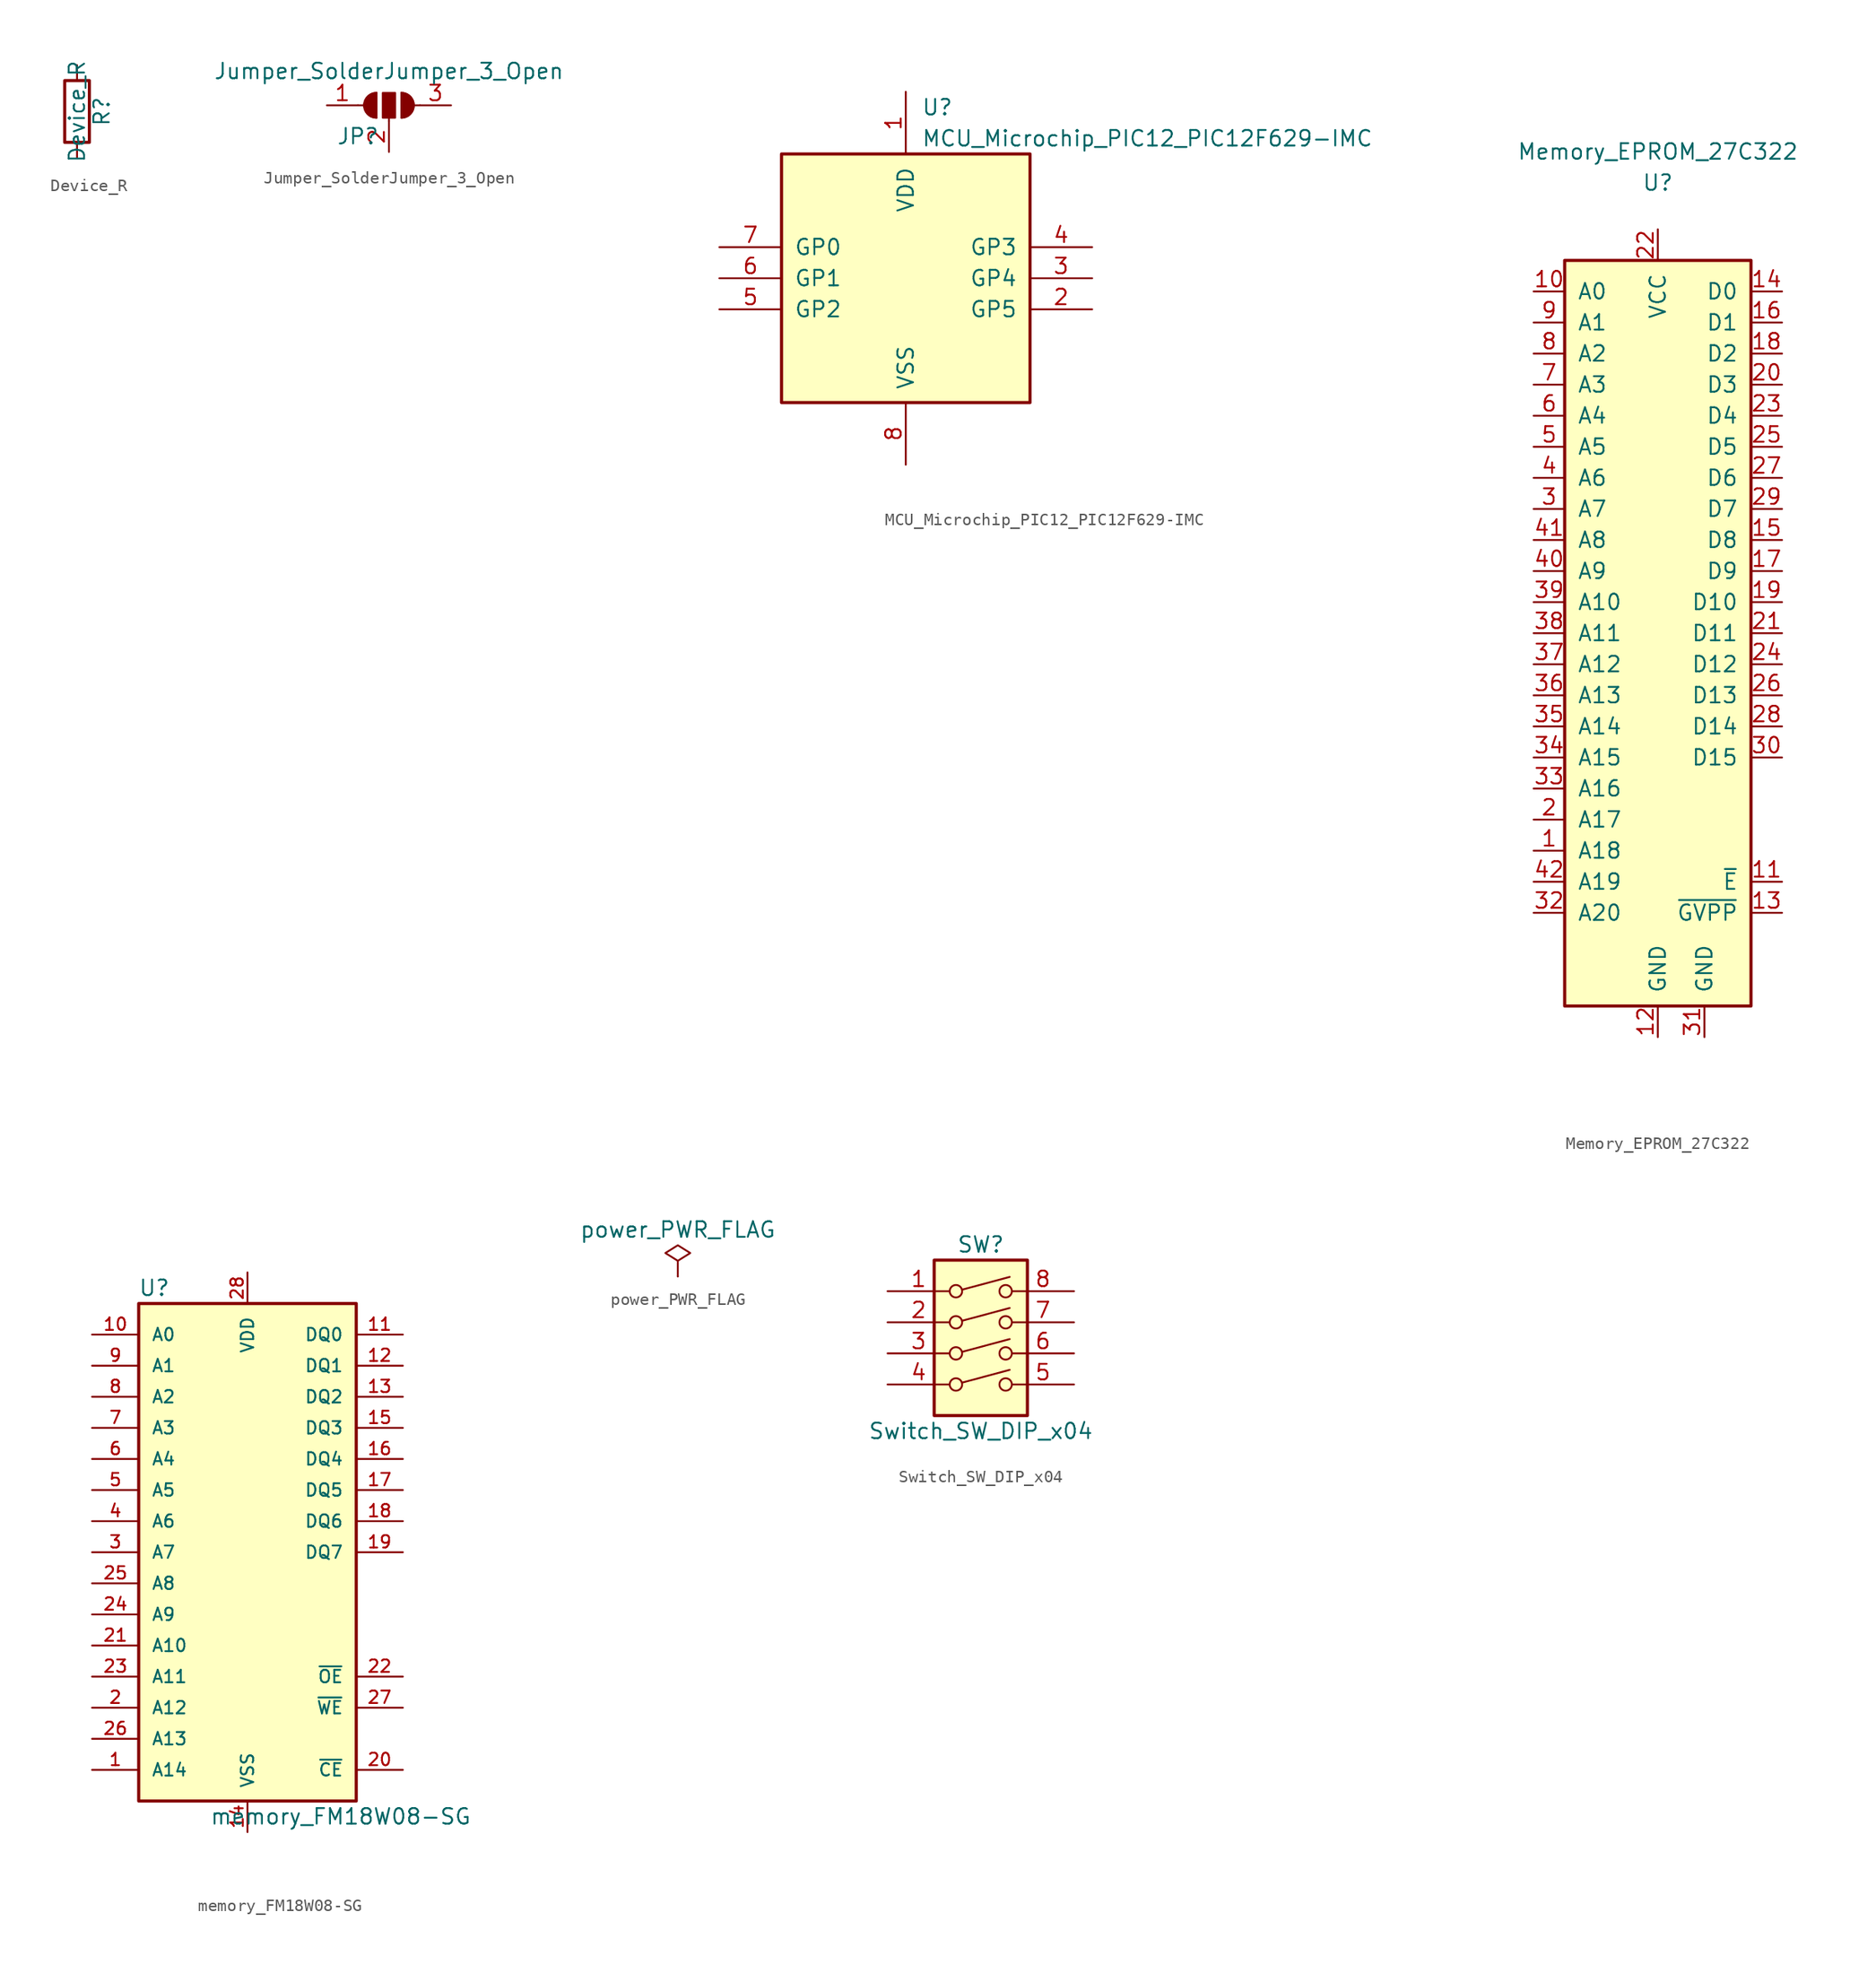
<source format=kicad_sym>
(kicad_symbol_lib
  (version 20241209)
  (generator "kicad_symbol_editor")
  (generator_version "9.0")
  (symbol "Device_R"
    (pin_numbers
      (hide yes))
    (pin_names
      (offset 0))
    (property "Reference" "R"
      (at 2.032 0 90)
      (effects (font (size 1.27 1.27))))
    (property "Value" "Device_R"
      (at 0 0 90)
      (effects (font (size 1.27 1.27))))
    (symbol "Device_R_0_1"
      (rectangle (start -1.016 -2.54) (end 1.016 2.54) (stroke (width 0.254) (type solid)) (fill (type none))))
    (symbol "Device_R_1_1"
      (pin passive line (at 0 3.81 270) (length 1.27) (name "~" (effects (font (size 1.27 1.27)))) (number "1" (effects (font (size 1.27 1.27)))))
      (pin passive line (at 0 -3.81 90) (length 1.27) (name "~" (effects (font (size 1.27 1.27)))) (number "2" (effects (font (size 1.27 1.27)))))))
  (symbol "Jumper_SolderJumper_3_Open"
    (pin_names
      (offset 0)
      (hide yes))
    (property "Reference" "JP"
      (at -2.54 -2.54 0)
      (effects (font (size 1.27 1.27))))
    (property "Value" "Jumper_SolderJumper_3_Open"
      (at 0 2.794 0)
      (effects (font (size 1.27 1.27))))
    (symbol "Jumper_SolderJumper_3_Open_0_1"
      (polyline (pts (xy -2.54 0) (xy -2.032 0)) (stroke (width 0) (type solid)) (fill (type none)))
      (polyline (pts (xy -1.016 1.016) (xy -1.016 -1.016)) (stroke (width 0) (type solid)) (fill (type none)))
      (arc (start -1.016 -1.016) (mid -2.032 0) (end -1.016 1.016) (stroke (width 0) (type solid)) (fill (type none)))
      (arc (start -1.016 -1.016) (mid -2.032 0) (end -1.016 1.016) (stroke (width 0) (type solid)) (fill (type outline)))
      (rectangle (start -0.508 1.016) (end 0.508 -1.016) (stroke (width 0) (type solid)) (fill (type outline)))
      (polyline (pts (xy 0 -1.27) (xy 0 -1.016)) (stroke (width 0) (type solid)) (fill (type none)))
      (polyline (pts (xy 1.016 1.016) (xy 1.016 -1.016)) (stroke (width 0) (type solid)) (fill (type none)))
      (arc (start 1.016 1.016) (mid 2.032 0) (end 1.016 -1.016) (stroke (width 0) (type solid)) (fill (type none)))
      (arc (start 1.016 1.016) (mid 2.032 0) (end 1.016 -1.016) (stroke (width 0) (type solid)) (fill (type outline)))
      (polyline (pts (xy 2.54 0) (xy 2.032 0)) (stroke (width 0) (type solid)) (fill (type none))))
    (symbol "Jumper_SolderJumper_3_Open_1_1"
      (pin passive line (at -5.08 0 0) (length 2.54) (name "A" (effects (font (size 1.27 1.27)))) (number "1" (effects (font (size 1.27 1.27)))))
      (pin input line (at 0 -3.81 90) (length 2.54) (name "C" (effects (font (size 1.27 1.27)))) (number "2" (effects (font (size 1.27 1.27)))))
      (pin passive line (at 5.08 0 180) (length 2.54) (name "B" (effects (font (size 1.27 1.27)))) (number "3" (effects (font (size 1.27 1.27)))))))
  (symbol "MCU_Microchip_PIC12_PIC12F629-IMC"
    (pin_names
      (offset 1.016))
    (property "Reference" "U"
      (at 1.27 13.97 0)
      (effects (font (size 1.27 1.27)) (justify left)))
    (property "Value" "MCU_Microchip_PIC12_PIC12F629-IMC"
      (at 1.27 11.43 0)
      (effects (font (size 1.27 1.27)) (justify left)))
    (symbol "MCU_Microchip_PIC12_PIC12F629-IMC_0_1"
      (rectangle (start 10.16 -10.16) (end -10.16 10.16) (stroke (width 0.254) (type solid)) (fill (type background))))
    (symbol "MCU_Microchip_PIC12_PIC12F629-IMC_1_1"
      (pin bidirectional line (at -15.24 2.54 0) (length 5.08) (name "GP0" (effects (font (size 1.27 1.27)))) (number "7" (effects (font (size 1.27 1.27)))))
      (pin bidirectional line (at -15.24 0 0) (length 5.08) (name "GP1" (effects (font (size 1.27 1.27)))) (number "6" (effects (font (size 1.27 1.27)))))
      (pin bidirectional line (at -15.24 -2.54 0) (length 5.08) (name "GP2" (effects (font (size 1.27 1.27)))) (number "5" (effects (font (size 1.27 1.27)))))
      (pin power_in line (at 0 15.24 270) (length 5.08) (name "VDD" (effects (font (size 1.27 1.27)))) (number "1" (effects (font (size 1.27 1.27)))))
      (pin power_in line (at 0 -15.24 90) (length 5.08) (name "VSS" (effects (font (size 1.27 1.27)))) (number "8" (effects (font (size 1.27 1.27)))))
      (pin input line (at 15.24 2.54 180) (length 5.08) (name "GP3" (effects (font (size 1.27 1.27)))) (number "4" (effects (font (size 1.27 1.27)))))
      (pin bidirectional line (at 15.24 0 180) (length 5.08) (name "GP4" (effects (font (size 1.27 1.27)))) (number "3" (effects (font (size 1.27 1.27)))))
      (pin bidirectional line (at 15.24 -2.54 180) (length 5.08) (name "GP5" (effects (font (size 1.27 1.27)))) (number "2" (effects (font (size 1.27 1.27)))))))
  (symbol "Memory_EPROM_27C322"
    (pin_names
      (offset 1.016))
    (property "Reference" "U"
      (at 0 35.56 0)
      (effects (font (size 1.27 1.27))))
    (property "Value" "Memory_EPROM_27C322"
      (at 0 38.1 0)
      (effects (font (size 1.27 1.27))))
    (symbol "Memory_EPROM_27C322_1_1"
      (rectangle (start -7.62 29.21) (end 7.62 -31.75) (stroke (width 0.254) (type solid)) (fill (type background)))
      (pin input line (at -10.16 26.67 0) (length 2.54) (name "A0" (effects (font (size 1.27 1.27)))) (number "10" (effects (font (size 1.27 1.27)))))
      (pin input line (at -10.16 24.13 0) (length 2.54) (name "A1" (effects (font (size 1.27 1.27)))) (number "9" (effects (font (size 1.27 1.27)))))
      (pin input line (at -10.16 21.59 0) (length 2.54) (name "A2" (effects (font (size 1.27 1.27)))) (number "8" (effects (font (size 1.27 1.27)))))
      (pin input line (at -10.16 19.05 0) (length 2.54) (name "A3" (effects (font (size 1.27 1.27)))) (number "7" (effects (font (size 1.27 1.27)))))
      (pin input line (at -10.16 16.51 0) (length 2.54) (name "A4" (effects (font (size 1.27 1.27)))) (number "6" (effects (font (size 1.27 1.27)))))
      (pin input line (at -10.16 13.97 0) (length 2.54) (name "A5" (effects (font (size 1.27 1.27)))) (number "5" (effects (font (size 1.27 1.27)))))
      (pin input line (at -10.16 11.43 0) (length 2.54) (name "A6" (effects (font (size 1.27 1.27)))) (number "4" (effects (font (size 1.27 1.27)))))
      (pin input line (at -10.16 8.89 0) (length 2.54) (name "A7" (effects (font (size 1.27 1.27)))) (number "3" (effects (font (size 1.27 1.27)))))
      (pin input line (at -10.16 6.35 0) (length 2.54) (name "A8" (effects (font (size 1.27 1.27)))) (number "41" (effects (font (size 1.27 1.27)))))
      (pin input line (at -10.16 3.81 0) (length 2.54) (name "A9" (effects (font (size 1.27 1.27)))) (number "40" (effects (font (size 1.27 1.27)))))
      (pin input line (at -10.16 1.27 0) (length 2.54) (name "A10" (effects (font (size 1.27 1.27)))) (number "39" (effects (font (size 1.27 1.27)))))
      (pin input line (at -10.16 -1.27 0) (length 2.54) (name "A11" (effects (font (size 1.27 1.27)))) (number "38" (effects (font (size 1.27 1.27)))))
      (pin input line (at -10.16 -3.81 0) (length 2.54) (name "A12" (effects (font (size 1.27 1.27)))) (number "37" (effects (font (size 1.27 1.27)))))
      (pin input line (at -10.16 -6.35 0) (length 2.54) (name "A13" (effects (font (size 1.27 1.27)))) (number "36" (effects (font (size 1.27 1.27)))))
      (pin input line (at -10.16 -8.89 0) (length 2.54) (name "A14" (effects (font (size 1.27 1.27)))) (number "35" (effects (font (size 1.27 1.27)))))
      (pin input line (at -10.16 -11.43 0) (length 2.54) (name "A15" (effects (font (size 1.27 1.27)))) (number "34" (effects (font (size 1.27 1.27)))))
      (pin input line (at -10.16 -13.97 0) (length 2.54) (name "A16" (effects (font (size 1.27 1.27)))) (number "33" (effects (font (size 1.27 1.27)))))
      (pin input line (at -10.16 -16.51 0) (length 2.54) (name "A17" (effects (font (size 1.27 1.27)))) (number "2" (effects (font (size 1.27 1.27)))))
      (pin input line (at -10.16 -19.05 0) (length 2.54) (name "A18" (effects (font (size 1.27 1.27)))) (number "1" (effects (font (size 1.27 1.27)))))
      (pin input line (at -10.16 -21.59 0) (length 2.54) (name "A19" (effects (font (size 1.27 1.27)))) (number "42" (effects (font (size 1.27 1.27)))))
      (pin input line (at -10.16 -24.13 0) (length 2.54) (name "A20" (effects (font (size 1.27 1.27)))) (number "32" (effects (font (size 1.27 1.27)))))
      (pin power_in line (at 0 31.75 270) (length 2.54) (name "VCC" (effects (font (size 1.27 1.27)))) (number "22" (effects (font (size 1.27 1.27)))))
      (pin power_in line (at 0 -34.29 90) (length 2.54) (name "GND" (effects (font (size 1.27 1.27)))) (number "12" (effects (font (size 1.27 1.27)))))
      (pin power_in line (at 3.81 -34.29 90) (length 2.54) (name "GND" (effects (font (size 1.27 1.27)))) (number "31" (effects (font (size 1.27 1.27)))))
      (pin tri_state line (at 10.16 26.67 180) (length 2.54) (name "D0" (effects (font (size 1.27 1.27)))) (number "14" (effects (font (size 1.27 1.27)))))
      (pin tri_state line (at 10.16 24.13 180) (length 2.54) (name "D1" (effects (font (size 1.27 1.27)))) (number "16" (effects (font (size 1.27 1.27)))))
      (pin tri_state line (at 10.16 21.59 180) (length 2.54) (name "D2" (effects (font (size 1.27 1.27)))) (number "18" (effects (font (size 1.27 1.27)))))
      (pin tri_state line (at 10.16 19.05 180) (length 2.54) (name "D3" (effects (font (size 1.27 1.27)))) (number "20" (effects (font (size 1.27 1.27)))))
      (pin tri_state line (at 10.16 16.51 180) (length 2.54) (name "D4" (effects (font (size 1.27 1.27)))) (number "23" (effects (font (size 1.27 1.27)))))
      (pin tri_state line (at 10.16 13.97 180) (length 2.54) (name "D5" (effects (font (size 1.27 1.27)))) (number "25" (effects (font (size 1.27 1.27)))))
      (pin tri_state line (at 10.16 11.43 180) (length 2.54) (name "D6" (effects (font (size 1.27 1.27)))) (number "27" (effects (font (size 1.27 1.27)))))
      (pin tri_state line (at 10.16 8.89 180) (length 2.54) (name "D7" (effects (font (size 1.27 1.27)))) (number "29" (effects (font (size 1.27 1.27)))))
      (pin tri_state line (at 10.16 6.35 180) (length 2.54) (name "D8" (effects (font (size 1.27 1.27)))) (number "15" (effects (font (size 1.27 1.27)))))
      (pin tri_state line (at 10.16 3.81 180) (length 2.54) (name "D9" (effects (font (size 1.27 1.27)))) (number "17" (effects (font (size 1.27 1.27)))))
      (pin tri_state line (at 10.16 1.27 180) (length 2.54) (name "D10" (effects (font (size 1.27 1.27)))) (number "19" (effects (font (size 1.27 1.27)))))
      (pin tri_state line (at 10.16 -1.27 180) (length 2.54) (name "D11" (effects (font (size 1.27 1.27)))) (number "21" (effects (font (size 1.27 1.27)))))
      (pin tri_state line (at 10.16 -3.81 180) (length 2.54) (name "D12" (effects (font (size 1.27 1.27)))) (number "24" (effects (font (size 1.27 1.27)))))
      (pin tri_state line (at 10.16 -6.35 180) (length 2.54) (name "D13" (effects (font (size 1.27 1.27)))) (number "26" (effects (font (size 1.27 1.27)))))
      (pin tri_state line (at 10.16 -8.89 180) (length 2.54) (name "D14" (effects (font (size 1.27 1.27)))) (number "28" (effects (font (size 1.27 1.27)))))
      (pin tri_state line (at 10.16 -11.43 180) (length 2.54) (name "D15" (effects (font (size 1.27 1.27)))) (number "30" (effects (font (size 1.27 1.27)))))
      (pin input line (at 10.16 -21.59 180) (length 2.54) (name "~{E}" (effects (font (size 1.27 1.27)))) (number "11" (effects (font (size 1.27 1.27)))))
      (pin input line (at 10.16 -24.13 180) (length 2.54) (name "~{GVPP}" (effects (font (size 1.27 1.27)))) (number "13" (effects (font (size 1.27 1.27)))))))
  (symbol "memory_FM18W08-SG"
    (pin_names
      (offset 1.016))
    (property "Reference" "U"
      (at -7.62 21.59 0)
      (effects (font (size 1.27 1.27))))
    (property "Value" "memory_FM18W08-SG"
      (at 7.62 -21.59 0)
      (effects (font (size 1.27 1.27))))
    (symbol "memory_FM18W08-SG_0_1"
      (rectangle (start -8.89 20.32) (end 8.89 -20.32) (stroke (width 0.254) (type solid)) (fill (type background))))
    (symbol "memory_FM18W08-SG_1_1"
      (pin input line (at -12.7 17.78 0) (length 3.81) (name "A0" (effects (font (size 1.016 1.016)))) (number "10" (effects (font (size 1.016 1.016)))))
      (pin input line (at -12.7 15.24 0) (length 3.81) (name "A1" (effects (font (size 1.016 1.016)))) (number "9" (effects (font (size 1.016 1.016)))))
      (pin input line (at -12.7 12.7 0) (length 3.81) (name "A2" (effects (font (size 1.016 1.016)))) (number "8" (effects (font (size 1.016 1.016)))))
      (pin input line (at -12.7 10.16 0) (length 3.81) (name "A3" (effects (font (size 1.016 1.016)))) (number "7" (effects (font (size 1.016 1.016)))))
      (pin input line (at -12.7 7.62 0) (length 3.81) (name "A4" (effects (font (size 1.016 1.016)))) (number "6" (effects (font (size 1.016 1.016)))))
      (pin input line (at -12.7 5.08 0) (length 3.81) (name "A5" (effects (font (size 1.016 1.016)))) (number "5" (effects (font (size 1.016 1.016)))))
      (pin input line (at -12.7 2.54 0) (length 3.81) (name "A6" (effects (font (size 1.016 1.016)))) (number "4" (effects (font (size 1.016 1.016)))))
      (pin input line (at -12.7 0 0) (length 3.81) (name "A7" (effects (font (size 1.016 1.016)))) (number "3" (effects (font (size 1.016 1.016)))))
      (pin input line (at -12.7 -2.54 0) (length 3.81) (name "A8" (effects (font (size 1.016 1.016)))) (number "25" (effects (font (size 1.016 1.016)))))
      (pin input line (at -12.7 -5.08 0) (length 3.81) (name "A9" (effects (font (size 1.016 1.016)))) (number "24" (effects (font (size 1.016 1.016)))))
      (pin input line (at -12.7 -7.62 0) (length 3.81) (name "A10" (effects (font (size 1.016 1.016)))) (number "21" (effects (font (size 1.016 1.016)))))
      (pin input line (at -12.7 -10.16 0) (length 3.81) (name "A11" (effects (font (size 1.016 1.016)))) (number "23" (effects (font (size 1.016 1.016)))))
      (pin input line (at -12.7 -12.7 0) (length 3.81) (name "A12" (effects (font (size 1.016 1.016)))) (number "2" (effects (font (size 1.016 1.016)))))
      (pin input line (at -12.7 -15.24 0) (length 3.81) (name "A13" (effects (font (size 1.016 1.016)))) (number "26" (effects (font (size 1.016 1.016)))))
      (pin input line (at -12.7 -17.78 0) (length 3.81) (name "A14" (effects (font (size 1.016 1.016)))) (number "1" (effects (font (size 1.016 1.016)))))
      (pin power_in line (at 0 22.86 270) (length 2.54) (name "VDD" (effects (font (size 1.016 1.016)))) (number "28" (effects (font (size 1.016 1.016)))))
      (pin power_in line (at 0 -22.86 90) (length 2.54) (name "VSS" (effects (font (size 1.016 1.016)))) (number "14" (effects (font (size 1.016 1.016)))))
      (pin bidirectional line (at 12.7 17.78 180) (length 3.81) (name "DQ0" (effects (font (size 1.016 1.016)))) (number "11" (effects (font (size 1.016 1.016)))))
      (pin bidirectional line (at 12.7 15.24 180) (length 3.81) (name "DQ1" (effects (font (size 1.016 1.016)))) (number "12" (effects (font (size 1.016 1.016)))))
      (pin bidirectional line (at 12.7 12.7 180) (length 3.81) (name "DQ2" (effects (font (size 1.016 1.016)))) (number "13" (effects (font (size 1.016 1.016)))))
      (pin bidirectional line (at 12.7 10.16 180) (length 3.81) (name "DQ3" (effects (font (size 1.016 1.016)))) (number "15" (effects (font (size 1.016 1.016)))))
      (pin bidirectional line (at 12.7 7.62 180) (length 3.81) (name "DQ4" (effects (font (size 1.016 1.016)))) (number "16" (effects (font (size 1.016 1.016)))))
      (pin bidirectional line (at 12.7 5.08 180) (length 3.81) (name "DQ5" (effects (font (size 1.016 1.016)))) (number "17" (effects (font (size 1.016 1.016)))))
      (pin bidirectional line (at 12.7 2.54 180) (length 3.81) (name "DQ6" (effects (font (size 1.016 1.016)))) (number "18" (effects (font (size 1.016 1.016)))))
      (pin bidirectional line (at 12.7 0 180) (length 3.81) (name "DQ7" (effects (font (size 1.016 1.016)))) (number "19" (effects (font (size 1.016 1.016)))))
      (pin input line (at 12.7 -10.16 180) (length 3.81) (name "~{OE}" (effects (font (size 1.016 1.016)))) (number "22" (effects (font (size 1.016 1.016)))))
      (pin input line (at 12.7 -12.7 180) (length 3.81) (name "~{WE}" (effects (font (size 1.016 1.016)))) (number "27" (effects (font (size 1.016 1.016)))))
      (pin bidirectional line (at 12.7 -17.78 180) (length 3.81) (name "~{CE}" (effects (font (size 1.016 1.016)))) (number "20" (effects (font (size 1.016 1.016)))))))
  (symbol "power_PWR_FLAG"
    (power)
    (pin_numbers
      (hide yes))
    (pin_names
      (offset 0)
      (hide yes))
    (property "Reference" "#FLG"
      (at 0 1.905 0)
      (effects (font (size 1.27 1.27)) (hide yes)))
    (property "Value" "power_PWR_FLAG"
      (at 0 3.81 0)
      (effects (font (size 1.27 1.27))))
    (symbol "power_PWR_FLAG_0_0"
      (pin power_out line (at 0 0 90) (length 0) (name "pwr" (effects (font (size 1.27 1.27)))) (number "1" (effects (font (size 1.27 1.27))))))
    (symbol "power_PWR_FLAG_0_1"
      (polyline (pts (xy 0 0) (xy 0 1.27) (xy -1.016 1.905) (xy 0 2.54) (xy 1.016 1.905) (xy 0 1.27)) (stroke (width 0) (type solid)) (fill (type none)))))
  (symbol "Switch_SW_DIP_x04"
    (pin_names
      (offset 0)
      (hide yes))
    (property "Reference" "SW"
      (at 0 8.89 0)
      (effects (font (size 1.27 1.27))))
    (property "Value" "Switch_SW_DIP_x04"
      (at 0 -6.35 0)
      (effects (font (size 1.27 1.27))))
    (symbol "Switch_SW_DIP_x04_0_0"
      (circle (center -2.032 5.08) (radius 0.508) (stroke (width 0) (type solid)) (fill (type none)))
      (circle (center -2.032 2.54) (radius 0.508) (stroke (width 0) (type solid)) (fill (type none)))
      (circle (center -2.032 0) (radius 0.508) (stroke (width 0) (type solid)) (fill (type none)))
      (circle (center -2.032 -2.54) (radius 0.508) (stroke (width 0) (type solid)) (fill (type none)))
      (polyline (pts (xy -1.524 5.207) (xy 2.362 6.248)) (stroke (width 0) (type solid)) (fill (type none)))
      (polyline (pts (xy -1.524 2.667) (xy 2.362 3.708)) (stroke (width 0) (type solid)) (fill (type none)))
      (polyline (pts (xy -1.524 0.127) (xy 2.362 1.168)) (stroke (width 0) (type solid)) (fill (type none)))
      (polyline (pts (xy -1.524 -2.388) (xy 2.362 -1.346)) (stroke (width 0) (type solid)) (fill (type none)))
      (circle (center 2.032 5.08) (radius 0.508) (stroke (width 0) (type solid)) (fill (type none)))
      (circle (center 2.032 2.54) (radius 0.508) (stroke (width 0) (type solid)) (fill (type none)))
      (circle (center 2.032 0) (radius 0.508) (stroke (width 0) (type solid)) (fill (type none)))
      (circle (center 2.032 -2.54) (radius 0.508) (stroke (width 0) (type solid)) (fill (type none))))
    (symbol "Switch_SW_DIP_x04_0_1"
      (rectangle (start -3.81 7.62) (end 3.81 -5.08) (stroke (width 0.254) (type solid)) (fill (type background))))
    (symbol "Switch_SW_DIP_x04_1_1"
      (pin passive line (at -7.62 5.08 0) (length 5.08) (name "~" (effects (font (size 1.27 1.27)))) (number "1" (effects (font (size 1.27 1.27)))))
      (pin passive line (at -7.62 2.54 0) (length 5.08) (name "~" (effects (font (size 1.27 1.27)))) (number "2" (effects (font (size 1.27 1.27)))))
      (pin passive line (at -7.62 0 0) (length 5.08) (name "~" (effects (font (size 1.27 1.27)))) (number "3" (effects (font (size 1.27 1.27)))))
      (pin passive line (at -7.62 -2.54 0) (length 5.08) (name "~" (effects (font (size 1.27 1.27)))) (number "4" (effects (font (size 1.27 1.27)))))
      (pin passive line (at 7.62 5.08 180) (length 5.08) (name "~" (effects (font (size 1.27 1.27)))) (number "8" (effects (font (size 1.27 1.27)))))
      (pin passive line (at 7.62 2.54 180) (length 5.08) (name "~" (effects (font (size 1.27 1.27)))) (number "7" (effects (font (size 1.27 1.27)))))
      (pin passive line (at 7.62 0 180) (length 5.08) (name "~" (effects (font (size 1.27 1.27)))) (number "6" (effects (font (size 1.27 1.27)))))
      (pin passive line (at 7.62 -2.54 180) (length 5.08) (name "~" (effects (font (size 1.27 1.27)))) (number "5" (effects (font (size 1.27 1.27))))))))
</source>
